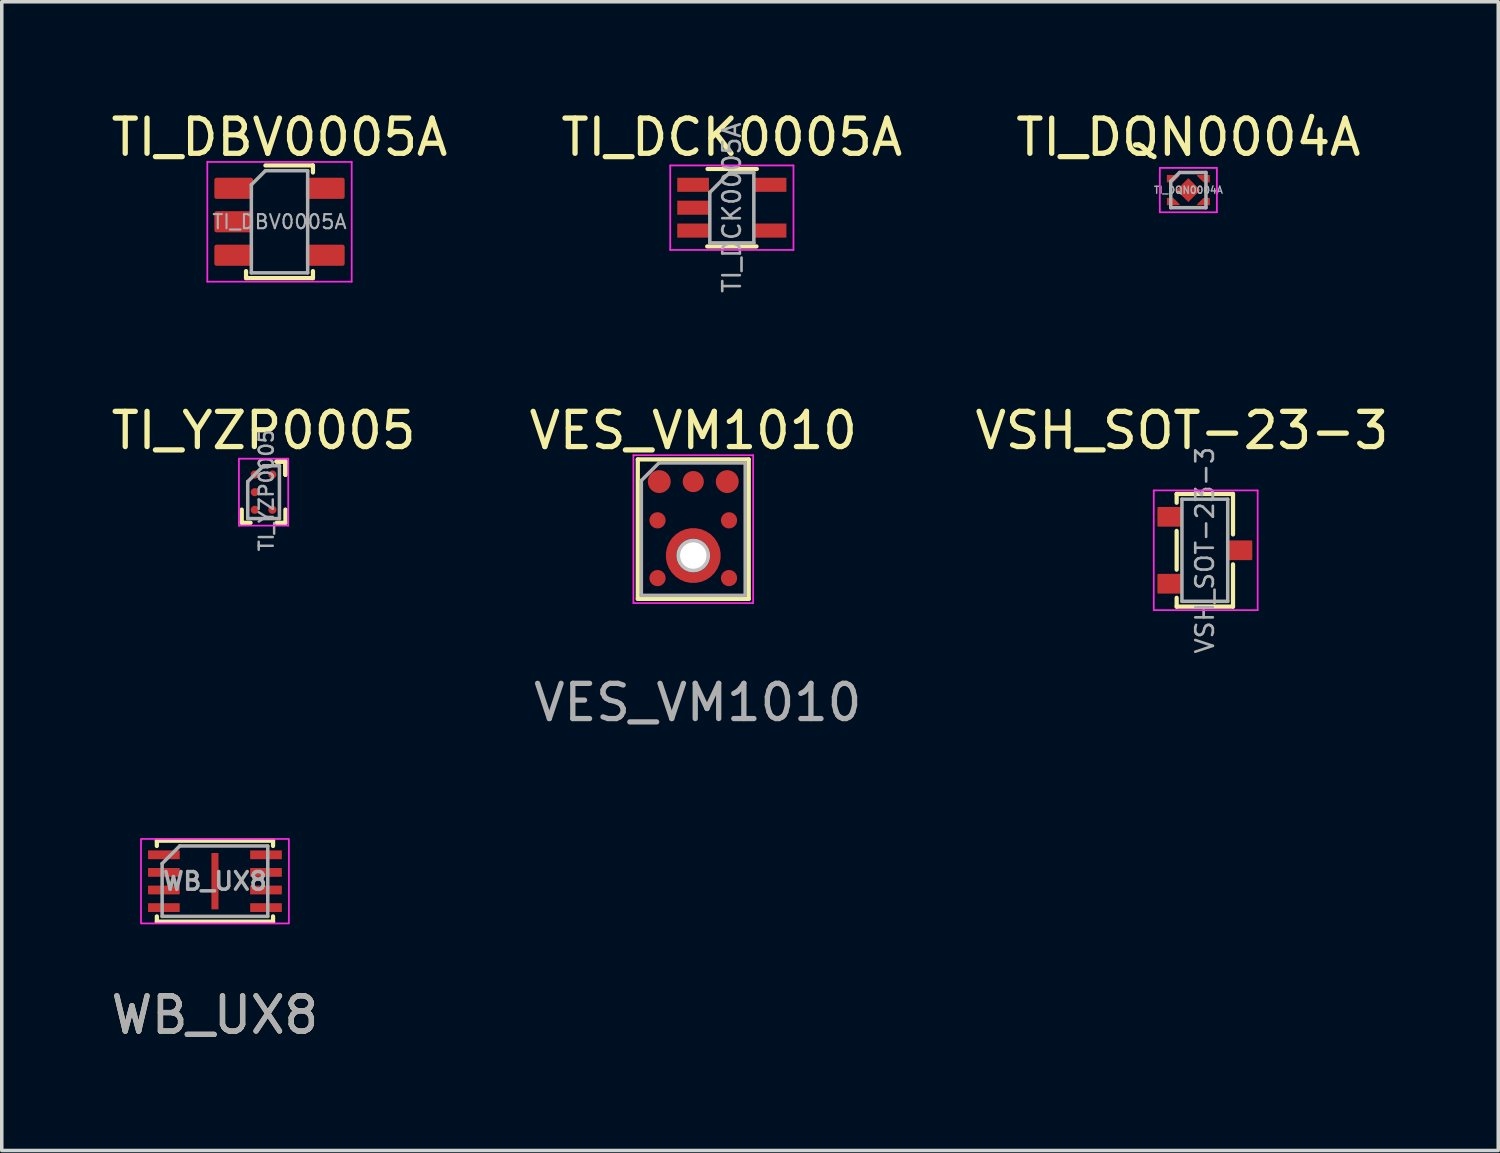
<source format=kicad_pcb>
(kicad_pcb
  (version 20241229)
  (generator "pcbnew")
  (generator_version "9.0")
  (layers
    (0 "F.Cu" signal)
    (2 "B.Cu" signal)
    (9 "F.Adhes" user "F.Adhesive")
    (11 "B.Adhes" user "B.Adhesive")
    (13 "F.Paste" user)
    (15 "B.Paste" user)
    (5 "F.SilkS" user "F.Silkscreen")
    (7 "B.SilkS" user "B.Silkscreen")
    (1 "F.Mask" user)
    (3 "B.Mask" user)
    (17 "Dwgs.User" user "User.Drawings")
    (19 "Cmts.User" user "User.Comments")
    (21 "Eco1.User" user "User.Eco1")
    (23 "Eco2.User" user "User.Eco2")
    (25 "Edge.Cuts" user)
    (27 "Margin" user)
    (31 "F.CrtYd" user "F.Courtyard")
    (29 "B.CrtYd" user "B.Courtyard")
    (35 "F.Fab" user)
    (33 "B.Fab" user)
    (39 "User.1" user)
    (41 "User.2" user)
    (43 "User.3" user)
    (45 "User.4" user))
  (footprint "TI_DQN0004A"
    (layer "F.Cu")
    (at 30.696 2.348)
    (property "Reference" "TI_DQN0004A" (at 0 -1.5 0) (layer "F.SilkS") (effects (font (size 1 1) (thickness 0.15))))
    (attr smd)
    (fp_poly (pts (xy -0.46 -0.28) (xy -0.55 -0.28) (xy -0.55 -0.37) (xy -0.37 -0.37)) (stroke (width 0.11) (type solid)) (fill yes) (layer "F.Paste"))
    (fp_poly (pts (xy -0.46 0.28) (xy -0.55 0.28) (xy -0.55 0.37) (xy -0.37 0.37)) (stroke (width 0.11) (type solid)) (fill yes) (layer "F.Paste"))
    (fp_poly (pts (xy 0.15 0) (xy 0 0.15) (xy -0.15 0) (xy 0 -0.15)) (stroke (width 0.12) (type solid)) (fill yes) (layer "F.Paste"))
    (fp_poly (pts (xy 0.46 -0.28) (xy 0.55 -0.28) (xy 0.55 -0.37) (xy 0.37 -0.37)) (stroke (width 0.11) (type solid)) (fill yes) (layer "F.Paste"))
    (fp_poly (pts (xy 0.46 0.28) (xy 0.55 0.28) (xy 0.55 0.37) (xy 0.37 0.37)) (stroke (width 0.11) (type solid)) (fill yes) (layer "F.Paste"))
    (fp_line (start -0.81 -0.63) (end 0.81 -0.63) (stroke (width 0.05) (type solid)) (layer "F.CrtYd"))
    (fp_line (start -0.81 0.63) (end -0.81 -0.63) (stroke (width 0.05) (type solid)) (layer "F.CrtYd"))
    (fp_line (start 0.81 -0.63) (end 0.81 0.63) (stroke (width 0.05) (type solid)) (layer "F.CrtYd"))
    (fp_line (start 0.81 0.63) (end -0.81 0.63) (stroke (width 0.05) (type solid)) (layer "F.CrtYd"))
    (fp_line (start -0.5 -0.25) (end -0.25 -0.5) (stroke (width 0.1) (type solid)) (layer "F.Fab"))
    (fp_line (start -0.5 0.5) (end -0.5 -0.25) (stroke (width 0.1) (type solid)) (layer "F.Fab"))
    (fp_line (start -0.25 -0.5) (end 0.5 -0.5) (stroke (width 0.1) (type solid)) (layer "F.Fab"))
    (fp_line (start 0.5 -0.5) (end 0.5 0.5) (stroke (width 0.1) (type solid)) (layer "F.Fab"))
    (fp_line (start 0.5 0.5) (end -0.5 0.5) (stroke (width 0.1) (type solid)) (layer "F.Fab"))
    (fp_text user "${REFERENCE}" (at 0 0 0) (layer "F.Fab") (effects (font (size 0.2 0.2) (thickness 0.04))))
    (pad "1" smd custom (at -0.43 -0.325) (size 0.148 0.148) (layers "F.Cu" "F.Mask") (options (anchor circle)) (primitives (gr_poly (pts (xy -0.18 0.105) (xy 0 0.105) (xy 0.18 -0.075) (xy 0.18 -0.105) (xy -0.18 -0.105)) (width 0) (fill yes))))
    (pad "2" smd custom (at -0.43 0.325 180) (size 0.148 0.148) (layers "F.Cu" "F.Mask") (options (anchor circle)) (primitives (gr_poly (pts (xy 0.18 0.105) (xy 0 0.105) (xy -0.18 -0.075) (xy -0.18 -0.105) (xy 0.18 -0.105)) (width 0) (fill yes))))
    (pad "3" smd custom (at 0.43 0.325 180) (size 0.148 0.148) (layers "F.Cu" "F.Mask") (options (anchor circle)) (primitives (gr_poly (pts (xy -0.18 0.105) (xy 0 0.105) (xy 0.18 -0.075) (xy 0.18 -0.105) (xy -0.18 -0.105)) (width 0) (fill yes))))
    (pad "4" smd custom (at 0.43 -0.325) (size 0.148 0.148) (layers "F.Cu" "F.Mask") (options (anchor circle)) (primitives (gr_poly (pts (xy 0.18 0.105) (xy 0 0.105) (xy -0.18 -0.075) (xy -0.18 -0.105) (xy 0.18 -0.105)) (width 0) (fill yes))))
    (pad "5" smd rect (at 0 0 45) (size 0.48 0.48) (layers "F.Cu" "F.Mask")))
  (footprint "VSH_SOT-23-3"
    (layer "F.Cu")
    (at 31.164 12.576)
    (property "Reference" "VSH_SOT-23-3" (at -0.65 -3.4 0) (layer "F.SilkS") (effects (font (size 1 1) (thickness 0.15))))
    (attr smd)
    (fp_line (start -0.8 -1.6) (end 0.8 -1.6) (stroke (width 0.12) (type solid)) (layer "F.SilkS"))
    (fp_line (start -0.8 -1.35) (end -0.8 -1.6) (stroke (width 0.12) (type solid)) (layer "F.SilkS"))
    (fp_line (start -0.8 0.55) (end -0.8 -0.55) (stroke (width 0.12) (type solid)) (layer "F.SilkS"))
    (fp_line (start -0.8 1.6) (end -0.8 1.35) (stroke (width 0.12) (type solid)) (layer "F.SilkS"))
    (fp_line (start 0.8 -1.6) (end 0.8 -0.45) (stroke (width 0.12) (type solid)) (layer "F.SilkS"))
    (fp_line (start 0.8 0.4) (end 0.8 1.6) (stroke (width 0.12) (type solid)) (layer "F.SilkS"))
    (fp_line (start 0.8 1.6) (end -0.8 1.6) (stroke (width 0.12) (type solid)) (layer "F.SilkS"))
    (fp_line (start -1.45 -1.7) (end -1.45 1.7) (stroke (width 0.05) (type solid)) (layer "F.CrtYd"))
    (fp_line (start -1.45 -1.7) (end 1.5 -1.7) (stroke (width 0.05) (type solid)) (layer "F.CrtYd"))
    (fp_line (start 1.5 1.7) (end -1.45 1.7) (stroke (width 0.05) (type solid)) (layer "F.CrtYd"))
    (fp_line (start 1.5 1.7) (end 1.5 -1.7) (stroke (width 0.05) (type solid)) (layer "F.CrtYd"))
    (fp_line (start -0.65 -1.45) (end 0.65 -1.45) (stroke (width 0.1) (type solid)) (layer "F.Fab"))
    (fp_line (start -0.65 1.45) (end -0.65 -1.45) (stroke (width 0.1) (type solid)) (layer "F.Fab"))
    (fp_line (start 0.65 -1.45) (end 0.65 1.45) (stroke (width 0.1) (type solid)) (layer "F.Fab"))
    (fp_line (start 0.65 1.45) (end -0.65 1.45) (stroke (width 0.1) (type solid)) (layer "F.Fab"))
    (fp_text user "${REFERENCE}" (at 0 0 90) (layer "F.Fab") (effects (font (size 0.5 0.5) (thickness 0.075))))
    (pad "1" smd roundrect (at -0.985 -0.95) (size 0.724 0.56) (layers "F.Cu" "F.Mask" "F.Paste") (roundrect_rratio 0.05))
    (pad "2" smd roundrect (at -0.985 0.95) (size 0.724 0.56) (layers "F.Cu" "F.Mask" "F.Paste") (roundrect_rratio 0.05))
    (pad "3" smd roundrect (at 0.985 0) (size 0.724 0.56) (layers "F.Cu" "F.Mask" "F.Paste") (roundrect_rratio 0.05)))
  (footprint "TI_DCK0005A"
    (layer "F.Cu")
    (at 17.732 2.848)
    (property "Reference" "TI_DCK0005A" (at 0 -2 0) (layer "F.SilkS") (effects (font (size 1 1) (thickness 0.15))))
    (attr smd)
    (fp_line (start -0.7 1.1) (end 0.7 1.1) (stroke (width 0.12) (type solid)) (layer "F.SilkS"))
    (fp_line (start 0.71 -1.1) (end -0.69 -1.1) (stroke (width 0.12) (type solid)) (layer "F.SilkS"))
    (fp_line (start -1.75 -1.2) (end -1.75 1.2) (stroke (width 0.05) (type solid)) (layer "F.CrtYd"))
    (fp_line (start -1.75 -1.2) (end 1.75 -1.2) (stroke (width 0.05) (type solid)) (layer "F.CrtYd"))
    (fp_line (start -1.75 1.2) (end 1.75 1.2) (stroke (width 0.05) (type solid)) (layer "F.CrtYd"))
    (fp_line (start 1.75 1.2) (end 1.75 -1.2) (stroke (width 0.05) (type solid)) (layer "F.CrtYd"))
    (fp_line (start -0.625 -0.435) (end -0.625 1) (stroke (width 0.1) (type solid)) (layer "F.Fab"))
    (fp_line (start -0.06 -1) (end -0.625 -0.435) (stroke (width 0.1) (type solid)) (layer "F.Fab"))
    (fp_line (start 0.625 -1) (end -0.06 -1) (stroke (width 0.1) (type solid)) (layer "F.Fab"))
    (fp_line (start 0.625 -1) (end 0.625 1) (stroke (width 0.1) (type solid)) (layer "F.Fab"))
    (fp_line (start 0.625 1) (end -0.625 1) (stroke (width 0.1) (type solid)) (layer "F.Fab"))
    (fp_text user "${REFERENCE}" (at 0 0 90) (layer "F.Fab") (effects (font (size 0.5 0.5) (thickness 0.075))))
    (pad "1" smd rect (at -1.1 -0.65) (size 0.9 0.4) (layers "F.Cu" "F.Mask" "F.Paste"))
    (pad "2" smd rect (at -1.1 0) (size 0.9 0.4) (layers "F.Cu" "F.Mask" "F.Paste"))
    (pad "3" smd rect (at -1.1 0.65) (size 0.9 0.4) (layers "F.Cu" "F.Mask" "F.Paste"))
    (pad "4" smd rect (at 1.1 0.65) (size 0.9 0.4) (layers "F.Cu" "F.Mask" "F.Paste"))
    (pad "5" smd rect (at 1.1 -0.65) (size 0.9 0.4) (layers "F.Cu" "F.Mask" "F.Paste")))
  (footprint "VES_VM1010"
    (layer "F.Cu")
    (at 16.637 11.976)
    (property "Reference" "VES_VM1010" (at 0 -2.8 0) (unlocked yes) (layer "F.SilkS") (effects (font (size 1 1) (thickness 0.15))))
    (attr smd)
    (fp_circle (center 0 0.75) (end 0.77 0.75) (stroke (width 0.12) (type solid)) (fill yes) (layer "F.Mask"))
    (fp_circle (center 0 0.75) (end 0.5 0.75) (stroke (width 0.12) (type solid)) (fill yes) (layer "B.Mask"))
    (fp_line (start -1.575 -1.98) (end -1.575 1.98) (stroke (width 0.12) (type solid)) (layer "F.SilkS"))
    (fp_line (start -1.575 1.98) (end 1.575 1.98) (stroke (width 0.12) (type solid)) (layer "F.SilkS"))
    (fp_line (start 1.575 -1.98) (end -1.575 -1.98) (stroke (width 0.12) (type solid)) (layer "F.SilkS"))
    (fp_line (start 1.575 1.98) (end 1.575 -1.98) (stroke (width 0.12) (type solid)) (layer "F.SilkS"))
    (fp_rect (start -1.115 -1.2) (end -0.815 -1.5) (stroke (width 0.12) (type solid)) (fill yes) (layer "F.Paste"))
    (fp_rect (start -1.115 -0.15) (end -0.915 -0.35) (stroke (width 0.12) (type solid)) (fill yes) (layer "F.Paste"))
    (fp_rect (start -1.115 1.49) (end -0.915 1.29) (stroke (width 0.12) (type solid)) (fill yes) (layer "F.Paste"))
    (fp_rect (start -0.15 -1.2) (end 0.15 -1.5) (stroke (width 0.12) (type solid)) (fill yes) (layer "F.Paste"))
    (fp_rect (start 0.815 -1.2) (end 1.115 -1.5) (stroke (width 0.12) (type solid)) (fill yes) (layer "F.Paste"))
    (fp_rect (start 0.915 -0.15) (end 1.115 -0.35) (stroke (width 0.12) (type solid)) (fill yes) (layer "F.Paste"))
    (fp_rect (start 0.915 1.49) (end 1.115 1.29) (stroke (width 0.12) (type solid)) (fill yes) (layer "F.Paste"))
    (fp_arc (start -0.548435 1.036882) (mid -0.62 0.75) (end -0.550561 0.462596) (stroke (width 0.24) (type solid)) (layer "F.Paste"))
    (fp_arc (start -0.289173 0.201569) (mid -0.002291 0.130004) (end 0.285113 0.199443) (stroke (width 0.24) (type solid)) (layer "F.Paste"))
    (fp_arc (start 0.286882 1.298435) (mid 0 1.37) (end -0.287404 1.300561) (stroke (width 0.24) (type solid)) (layer "F.Paste"))
    (fp_arc (start 0.548435 0.463118) (mid 0.62 0.75) (end 0.550561 1.037404) (stroke (width 0.24) (type solid)) (layer "F.Paste"))
    (fp_line (start -1.7 -2.1) (end 1.7 -2.1) (stroke (width 0.05) (type solid)) (layer "F.CrtYd"))
    (fp_line (start -1.7 2.1) (end -1.7 -2.1) (stroke (width 0.05) (type solid)) (layer "F.CrtYd"))
    (fp_line (start 1.7 -2.1) (end 1.7 2.1) (stroke (width 0.05) (type solid)) (layer "F.CrtYd"))
    (fp_line (start 1.7 2.1) (end -1.7 2.1) (stroke (width 0.05) (type solid)) (layer "F.CrtYd"))
    (fp_line (start -1.475 1.88) (end -1.475 -1.38) (stroke (width 0.1) (type solid)) (layer "F.Fab"))
    (fp_line (start -0.975 -1.88) (end -1.475 -1.38) (stroke (width 0.1) (type solid)) (layer "F.Fab"))
    (fp_line (start 1.475 -1.88) (end -0.975 -1.88) (stroke (width 0.1) (type solid)) (layer "F.Fab"))
    (fp_line (start 1.475 1.88) (end -1.475 1.88) (stroke (width 0.1) (type solid)) (layer "F.Fab"))
    (fp_line (start 1.475 1.88) (end 1.475 -1.88) (stroke (width 0.1) (type solid)) (layer "F.Fab"))
    (fp_text user "${REFERENCE}" (at 0.127 4.924 0) (unlocked yes) (layer "F.Fab") (effects (font (size 1 1) (thickness 0.15))))
    (pad "" np_thru_hole circle (at 0 0.75) (size 0.96 0.96) (drill 0.75) (layers "Dwgs.User"))
    (pad "1" smd circle (at -0.965 -1.35 90) (size 0.65 0.65) (layers "F.Cu" "F.Mask"))
    (pad "2" smd circle (at -1.015 -0.25 90) (size 0.46 0.46) (layers "F.Cu" "F.Mask"))
    (pad "3" smd circle (at -1.015 1.39 90) (size 0.46 0.46) (layers "F.Cu" "F.Mask"))
    (pad "4" smd circle (at 1.015 1.39 90) (size 0.46 0.46) (layers "F.Cu" "F.Mask"))
    (pad "5" smd circle (at 1.015 -0.25 90) (size 0.46 0.46) (layers "F.Cu" "F.Mask"))
    (pad "6" smd circle (at 0.965 -1.35 90) (size 0.65 0.65) (layers "F.Cu" "F.Mask"))
    (pad "7" smd circle (at 0 -1.35 90) (size 0.6 0.6) (layers "F.Cu" "F.Mask"))
    (pad "8" smd custom (at 0 1.39 90) (size 0.1 0.1) (layers "F.Cu") (options (anchor circle)) (primitives (gr_circle (center 0.64 0) (end 1.27 0) (width 0.3) (fill no)))))
  (footprint "TI_YZP0005"
    (layer "F.Cu")
    (at 4.435 10.926)
    (property "Reference" "TI_YZP0005" (at 0 -1.75 0) (layer "F.SilkS") (effects (font (size 1 1) (thickness 0.15))))
    (attr smd)
    (fp_line (start -0.62 0.87) (end -0.62 0.495) (stroke (width 0.12) (type solid)) (layer "F.SilkS"))
    (fp_line (start -0.37 0.87) (end -0.62 0.87) (stroke (width 0.12) (type solid)) (layer "F.SilkS"))
    (fp_line (start 0.37 -0.87) (end 0.62 -0.87) (stroke (width 0.12) (type solid)) (layer "F.SilkS"))
    (fp_line (start 0.37 -0.87) (end 0.62 -0.87) (stroke (width 0.12) (type solid)) (layer "F.SilkS"))
    (fp_line (start 0.37 -0.87) (end 0.62 -0.87) (stroke (width 0.12) (type solid)) (layer "F.SilkS"))
    (fp_line (start 0.37 0.87) (end 0.62 0.87) (stroke (width 0.12) (type solid)) (layer "F.SilkS"))
    (fp_line (start 0.62 -0.87) (end 0.62 -0.495) (stroke (width 0.12) (type solid)) (layer "F.SilkS"))
    (fp_line (start 0.62 -0.87) (end 0.62 -0.495) (stroke (width 0.12) (type solid)) (layer "F.SilkS"))
    (fp_line (start 0.62 -0.87) (end 0.62 -0.495) (stroke (width 0.12) (type solid)) (layer "F.SilkS"))
    (fp_line (start 0.62 0.87) (end 0.62 0.495) (stroke (width 0.12) (type solid)) (layer "F.SilkS"))
    (fp_poly (pts (xy -0.21 -0.46) (xy -0.29 -0.46) (xy -0.29 -0.54) (xy -0.21 -0.54)) (stroke (width 0.12) (type solid)) (fill yes) (layer "F.Paste"))
    (fp_poly (pts (xy -0.21 0.04) (xy -0.29 0.04) (xy -0.29 -0.04) (xy -0.21 -0.04)) (stroke (width 0.12) (type solid)) (fill yes) (layer "F.Paste"))
    (fp_poly (pts (xy -0.21 0.54) (xy -0.29 0.54) (xy -0.29 0.46) (xy -0.21 0.46)) (stroke (width 0.12) (type solid)) (fill yes) (layer "F.Paste"))
    (fp_poly (pts (xy 0.29 -0.46) (xy 0.21 -0.46) (xy 0.21 -0.54) (xy 0.29 -0.54)) (stroke (width 0.12) (type solid)) (fill yes) (layer "F.Paste"))
    (fp_poly (pts (xy 0.29 0.54) (xy 0.21 0.54) (xy 0.21 0.46) (xy 0.29 0.46)) (stroke (width 0.12) (type solid)) (fill yes) (layer "F.Paste"))
    (fp_line (start -0.7 -0.95) (end 0.7 -0.95) (stroke (width 0.05) (type solid)) (layer "F.CrtYd"))
    (fp_line (start -0.7 0.95) (end -0.7 -0.95) (stroke (width 0.05) (type solid)) (layer "F.CrtYd"))
    (fp_line (start 0.7 -0.95) (end 0.7 0.95) (stroke (width 0.05) (type solid)) (layer "F.CrtYd"))
    (fp_line (start 0.7 0.95) (end -0.7 0.95) (stroke (width 0.05) (type solid)) (layer "F.CrtYd"))
    (fp_line (start -0.45 -0.3) (end -0.45 0.75) (stroke (width 0.1) (type solid)) (layer "F.Fab"))
    (fp_line (start -0.45 0.75) (end 0.45 0.75) (stroke (width 0.1) (type solid)) (layer "F.Fab"))
    (fp_line (start 0 -0.75) (end -0.45 -0.3) (stroke (width 0.1) (type solid)) (layer "F.Fab"))
    (fp_line (start 0.45 -0.75) (end 0 -0.75) (stroke (width 0.1) (type solid)) (layer "F.Fab"))
    (fp_line (start 0.45 0.75) (end 0.45 -0.75) (stroke (width 0.1) (type solid)) (layer "F.Fab"))
    (fp_text user "${REFERENCE}" (at 0.08 -0.05 90) (layer "F.Fab") (effects (font (size 0.4 0.4) (thickness 0.07))))
    (pad "A1" smd circle (at -0.25 -0.5) (size 0.23 0.23) (layers "F.Cu" "F.Mask"))
    (pad "A2" smd circle (at 0.25 -0.5) (size 0.23 0.23) (layers "F.Cu" "F.Mask"))
    (pad "B1" smd circle (at -0.25 0) (size 0.23 0.23) (layers "F.Cu" "F.Mask"))
    (pad "C1" smd circle (at -0.25 0.5) (size 0.23 0.23) (layers "F.Cu" "F.Mask"))
    (pad "C2" smd circle (at 0.25 0.5) (size 0.23 0.23) (layers "F.Cu" "F.Mask")))
  (footprint "TI_DBV0005A"
    (layer "F.Cu")
    (at 4.887 3.248)
    (property "Reference" "TI_DBV0005A" (at 0 -2.4 0) (layer "F.SilkS") (effects (font (size 1 1) (thickness 0.15))))
    (attr smd)
    (fp_line (start -0.95 1.4) (end -0.95 1.6) (stroke (width 0.12) (type solid)) (layer "F.SilkS"))
    (fp_line (start -0.95 1.6) (end 0.95 1.6) (stroke (width 0.12) (type solid)) (layer "F.SilkS"))
    (fp_line (start -0.4 -1.6) (end 0.95 -1.6) (stroke (width 0.12) (type solid)) (layer "F.SilkS"))
    (fp_line (start 0.95 -1.6) (end 0.95 -1.4) (stroke (width 0.12) (type solid)) (layer "F.SilkS"))
    (fp_line (start 0.95 1.6) (end 0.95 1.4) (stroke (width 0.12) (type solid)) (layer "F.SilkS"))
    (fp_line (start -2.05 -1.7) (end -2.05 1.7) (stroke (width 0.05) (type solid)) (layer "F.CrtYd"))
    (fp_line (start -2.05 1.7) (end 2.05 1.7) (stroke (width 0.05) (type solid)) (layer "F.CrtYd"))
    (fp_line (start 2.05 -1.7) (end -2.05 -1.7) (stroke (width 0.05) (type solid)) (layer "F.CrtYd"))
    (fp_line (start 2.05 1.7) (end 2.05 -1.7) (stroke (width 0.05) (type solid)) (layer "F.CrtYd"))
    (fp_line (start -0.8 -1.05) (end -0.4 -1.45) (stroke (width 0.1) (type solid)) (layer "F.Fab"))
    (fp_line (start -0.8 1.45) (end -0.8 -1.05) (stroke (width 0.1) (type solid)) (layer "F.Fab"))
    (fp_line (start -0.4 -1.45) (end 0.8 -1.45) (stroke (width 0.1) (type solid)) (layer "F.Fab"))
    (fp_line (start 0.8 -1.45) (end 0.8 1.45) (stroke (width 0.1) (type solid)) (layer "F.Fab"))
    (fp_line (start 0.8 1.45) (end -0.8 1.45) (stroke (width 0.1) (type solid)) (layer "F.Fab"))
    (fp_text user "${REFERENCE}" (at 0 0 0) (layer "F.Fab") (effects (font (size 0.4 0.4) (thickness 0.06))))
    (pad "1" smd roundrect (at -1.3 -0.95) (size 1.1 0.6) (layers "F.Cu" "F.Mask" "F.Paste") (roundrect_rratio 0.1))
    (pad "2" smd roundrect (at -1.3 0) (size 1.1 0.6) (layers "F.Cu" "F.Mask" "F.Paste") (roundrect_rratio 0.1))
    (pad "3" smd roundrect (at -1.3 0.95) (size 1.1 0.6) (layers "F.Cu" "F.Mask" "F.Paste") (roundrect_rratio 0.1))
    (pad "4" smd roundrect (at 1.3 0.95) (size 1.1 0.6) (layers "F.Cu" "F.Mask" "F.Paste") (roundrect_rratio 0.1))
    (pad "5" smd roundrect (at 1.3 -0.95) (size 1.1 0.6) (layers "F.Cu" "F.Mask" "F.Paste") (roundrect_rratio 0.1)))
  (footprint "WB_UX8"
    (layer "F.Cu")
    (at 3.054 21.973)
    (property "Reference" "WB_UX8" (at 0 3.8 0) (unlocked yes) (layer "F.SilkS") (effects (font (size 1 1) (thickness 0.15))))
    (attr smd)
    (fp_line (start -1.65 -1.15) (end -1.65 -1) (stroke (width 0.12) (type solid)) (layer "F.SilkS"))
    (fp_line (start -1.65 -1.15) (end 1.65 -1.15) (stroke (width 0.12) (type solid)) (layer "F.SilkS"))
    (fp_line (start -1.65 1.15) (end -1.65 1) (stroke (width 0.12) (type solid)) (layer "F.SilkS"))
    (fp_line (start 1.65 -1.15) (end 1.65 -1) (stroke (width 0.12) (type solid)) (layer "F.SilkS"))
    (fp_line (start 1.65 1.15) (end -1.65 1.15) (stroke (width 0.12) (type solid)) (layer "F.SilkS"))
    (fp_line (start 1.65 1.15) (end 1.65 1) (stroke (width 0.12) (type solid)) (layer "F.SilkS"))
    (fp_poly (pts (xy -1.2 -0.7) (xy -1.7 -0.7) (xy -1.7 -0.8) (xy -1.2 -0.8)) (stroke (width 0.12) (type solid)) (fill yes) (layer "F.Paste"))
    (fp_poly (pts (xy -1.2 -0.2) (xy -1.7 -0.2) (xy -1.7 -0.3) (xy -1.2 -0.3)) (stroke (width 0.12) (type solid)) (fill yes) (layer "F.Paste"))
    (fp_poly (pts (xy -1.2 0.3) (xy -1.7 0.3) (xy -1.7 0.2) (xy -1.2 0.2)) (stroke (width 0.12) (type solid)) (fill yes) (layer "F.Paste"))
    (fp_poly (pts (xy -1.2 0.8) (xy -1.7 0.8) (xy -1.7 0.7) (xy -1.2 0.7)) (stroke (width 0.12) (type solid)) (fill yes) (layer "F.Paste"))
    (fp_poly (pts (xy 0.04 -0.6) (xy 0.04 -0.2) (xy -0.04 -0.2) (xy -0.04 -0.6)) (stroke (width 0.12) (type solid)) (fill yes) (layer "F.Paste"))
    (fp_poly (pts (xy 0.04 0.2) (xy 0.04 0.6) (xy -0.04 0.6) (xy -0.04 0.2)) (stroke (width 0.12) (type solid)) (fill yes) (layer "F.Paste"))
    (fp_poly (pts (xy 1.7 -0.7) (xy 1.2 -0.7) (xy 1.2 -0.8) (xy 1.7 -0.8)) (stroke (width 0.12) (type solid)) (fill yes) (layer "F.Paste"))
    (fp_poly (pts (xy 1.7 -0.2) (xy 1.2 -0.2) (xy 1.2 -0.3) (xy 1.7 -0.3)) (stroke (width 0.12) (type solid)) (fill yes) (layer "F.Paste"))
    (fp_poly (pts (xy 1.7 0.3) (xy 1.2 0.3) (xy 1.2 0.2) (xy 1.7 0.2)) (stroke (width 0.12) (type solid)) (fill yes) (layer "F.Paste"))
    (fp_poly (pts (xy 1.7 0.8) (xy 1.2 0.8) (xy 1.2 0.7) (xy 1.7 0.7)) (stroke (width 0.12) (type solid)) (fill yes) (layer "F.Paste"))
    (fp_rect (start -2.1 -1.2) (end 2.1 1.2) (stroke (width 0.05) (type solid)) (fill no) (layer "F.CrtYd"))
    (fp_line (start -1.5 -0.5) (end -1 -1) (stroke (width 0.1) (type solid)) (layer "F.Fab"))
    (fp_line (start -1.5 1) (end -1.5 -0.5) (stroke (width 0.1) (type solid)) (layer "F.Fab"))
    (fp_line (start -1 -1) (end 1.5 -1) (stroke (width 0.1) (type solid)) (layer "F.Fab"))
    (fp_line (start 1.5 -1) (end 1.5 1) (stroke (width 0.1) (type solid)) (layer "F.Fab"))
    (fp_line (start 1.5 1) (end -1.5 1) (stroke (width 0.1) (type solid)) (layer "F.Fab"))
    (fp_text user "${REFERENCE}" (at 0 3.8 0) (unlocked yes) (layer "F.Fab") (effects (font (size 1 1) (thickness 0.15))))
    (fp_text user "${REFERENCE}" (at 0 0 0) (unlocked yes) (layer "F.Fab") (effects (font (size 0.5 0.5) (thickness 0.1))))
    (pad "1" smd roundrect (at -1.45 -0.75) (size 0.9 0.25) (layers "F.Cu" "F.Mask") (roundrect_rratio 0.05))
    (pad "2" smd roundrect (at -1.45 -0.25) (size 0.9 0.25) (layers "F.Cu" "F.Mask") (roundrect_rratio 0.05))
    (pad "3" smd roundrect (at -1.45 0.25) (size 0.9 0.25) (layers "F.Cu" "F.Mask") (roundrect_rratio 0.05))
    (pad "4" smd roundrect (at -1.45 0.75) (size 0.9 0.25) (layers "F.Cu" "F.Mask") (roundrect_rratio 0.05))
    (pad "5" smd roundrect (at 1.45 0.75) (size 0.9 0.25) (layers "F.Cu" "F.Mask") (roundrect_rratio 0.05))
    (pad "6" smd roundrect (at 1.45 0.25) (size 0.9 0.25) (layers "F.Cu" "F.Mask") (roundrect_rratio 0.05))
    (pad "7" smd roundrect (at 1.45 -0.25) (size 0.9 0.25) (layers "F.Cu" "F.Mask") (roundrect_rratio 0.05))
    (pad "8" smd roundrect (at 1.45 -0.75) (size 0.9 0.25) (layers "F.Cu" "F.Mask") (roundrect_rratio 0.05))
    (pad "9" smd roundrect (at 0 0) (size 0.2 1.6) (layers "F.Cu" "F.Mask") (roundrect_rratio 0.05)))
  (gr_rect
    (start -3 -3)
    (end 39.496 29.621)
    (stroke (width 0.1) (type default))
    (fill no)
    (layer "Edge.Cuts")))
</source>
